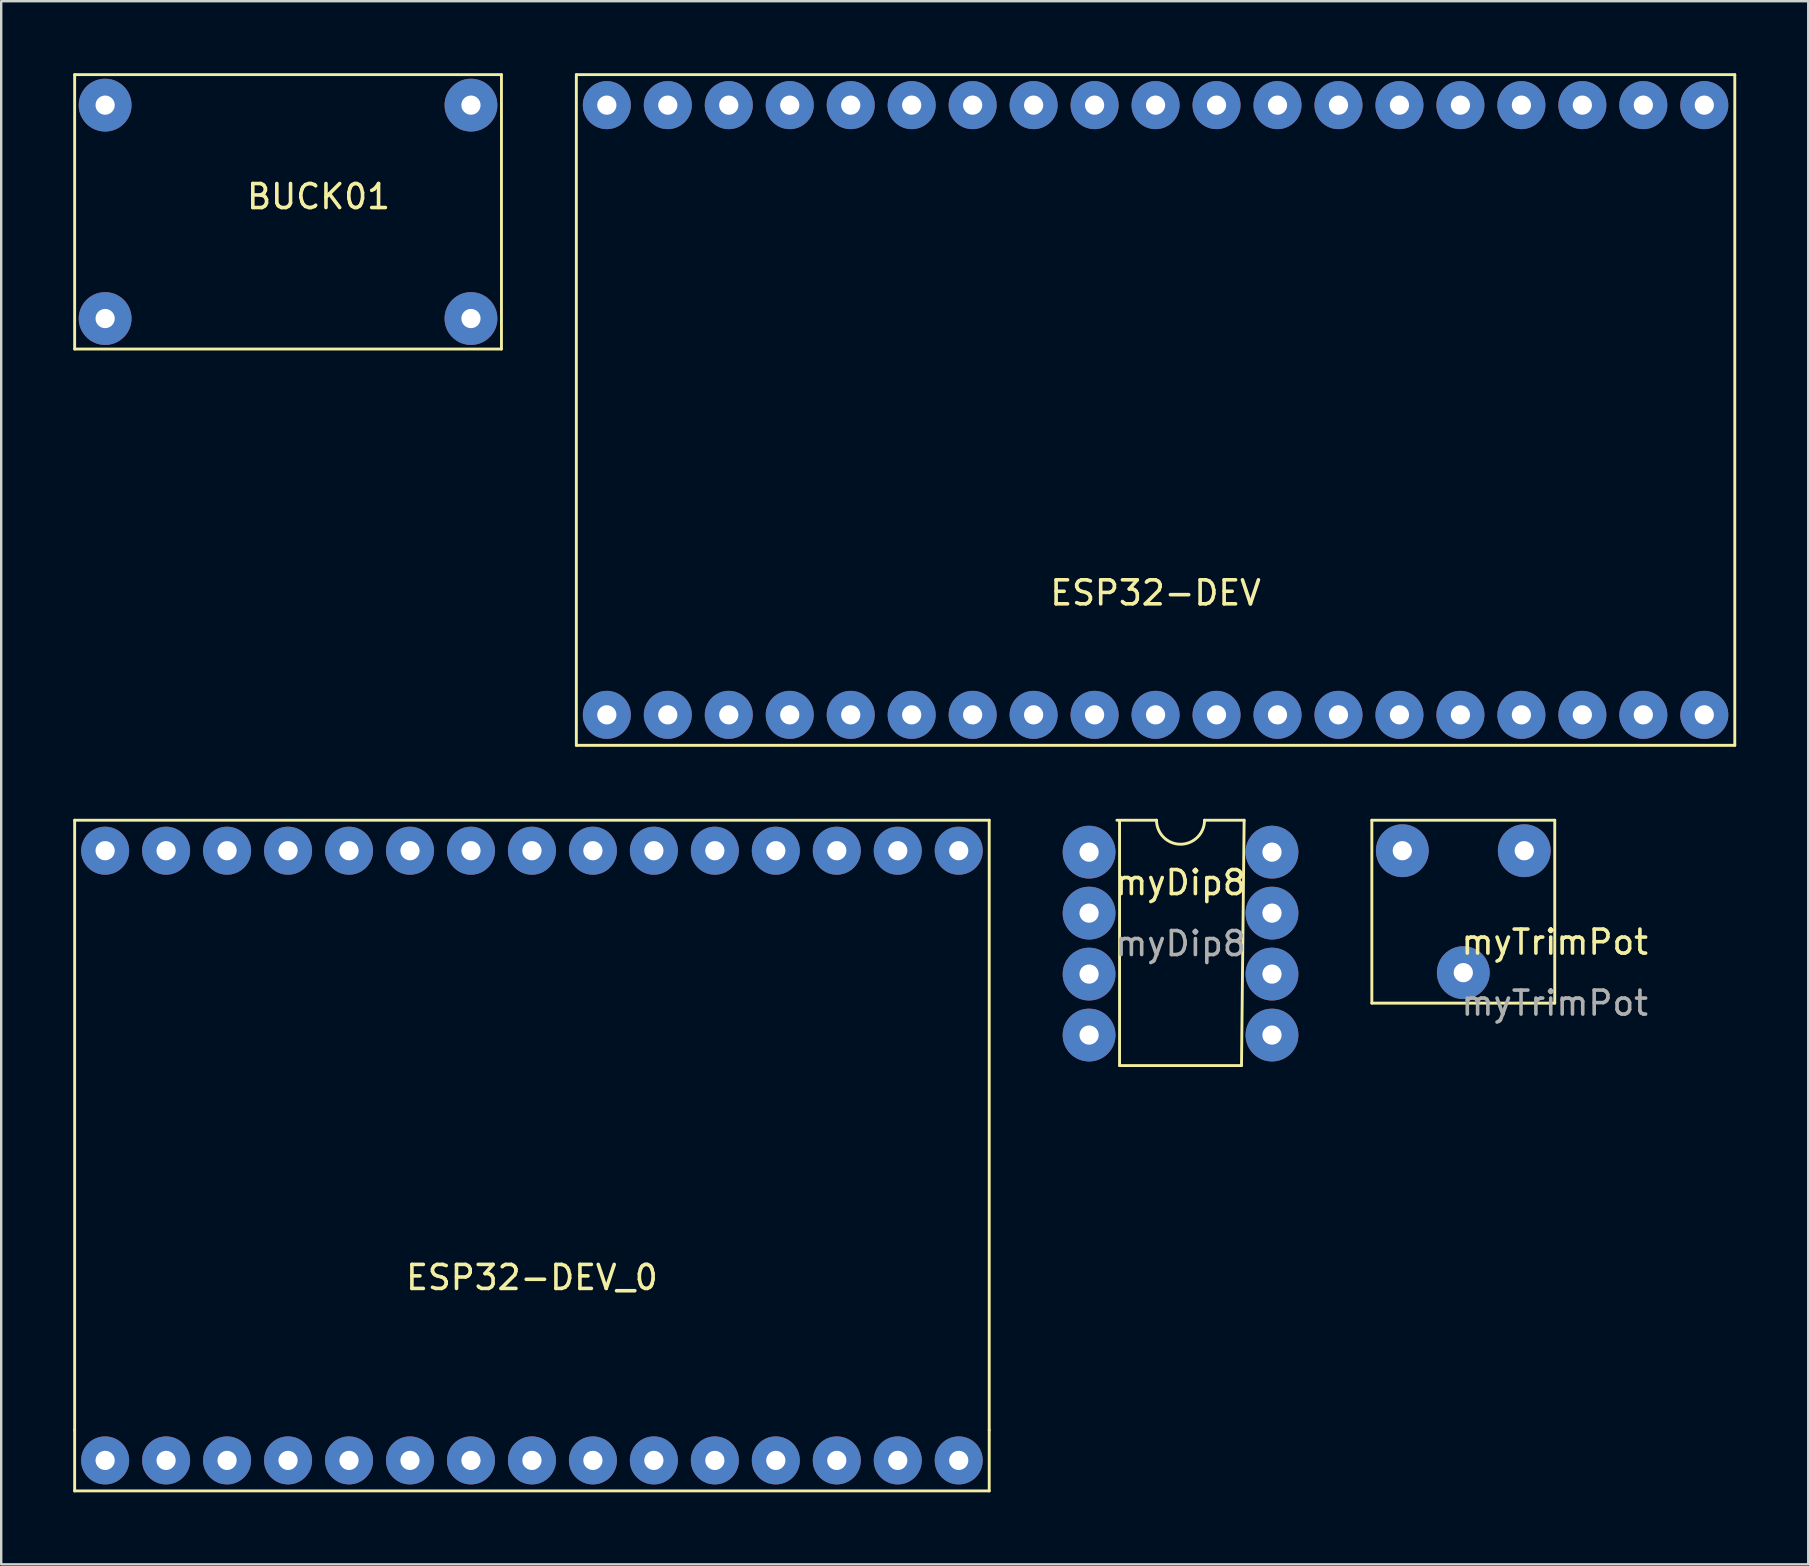
<source format=kicad_pcb>
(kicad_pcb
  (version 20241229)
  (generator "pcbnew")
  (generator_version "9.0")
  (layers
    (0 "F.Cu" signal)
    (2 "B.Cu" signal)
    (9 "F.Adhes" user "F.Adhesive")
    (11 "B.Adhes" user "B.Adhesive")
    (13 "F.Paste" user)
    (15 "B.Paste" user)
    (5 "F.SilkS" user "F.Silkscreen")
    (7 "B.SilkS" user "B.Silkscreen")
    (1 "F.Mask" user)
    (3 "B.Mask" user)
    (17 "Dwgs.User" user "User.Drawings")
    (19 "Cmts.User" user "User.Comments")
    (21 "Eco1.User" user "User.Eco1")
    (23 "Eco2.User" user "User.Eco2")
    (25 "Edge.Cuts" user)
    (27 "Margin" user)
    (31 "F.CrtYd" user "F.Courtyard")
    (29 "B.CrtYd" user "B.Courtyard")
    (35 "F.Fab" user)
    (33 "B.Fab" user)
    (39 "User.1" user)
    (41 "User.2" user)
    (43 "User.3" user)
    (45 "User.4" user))
  (footprint "ESP32-DEV_0"
    (layer "F.Cu")
    (at 19.11 45.09)
    (property "Reference" "ESP32-DEV_0" (at 0 5.08 0) (layer "F.SilkS") (effects (font (size 1 1) (thickness 0.15))))
    (attr through_hole)
    (fp_line (start -19.05 -13.97) (end -19.05 11.43) (stroke (width 0.12) (type solid)) (layer "F.SilkS"))
    (fp_line (start -19.05 11.43) (end -19.05 13.97) (stroke (width 0.12) (type solid)) (layer "F.SilkS"))
    (fp_line (start -19.05 13.97) (end 19.05 13.97) (stroke (width 0.12) (type solid)) (layer "F.SilkS"))
    (fp_line (start 19.05 -13.97) (end -19.05 -13.97) (stroke (width 0.12) (type solid)) (layer "F.SilkS"))
    (fp_line (start 19.05 11.43) (end 19.05 -13.97) (stroke (width 0.12) (type solid)) (layer "F.SilkS"))
    (fp_line (start 19.05 11.43) (end 19.05 13.97) (stroke (width 0.12) (type solid)) (layer "F.SilkS"))
    (pad "1" thru_hole circle (at -17.78 -12.7) (size 2 2) (drill 0.8) (layers "*.Cu" "*.Mask"))
    (pad "2" thru_hole circle (at -15.24 -12.7) (size 2 2) (drill 0.8) (layers "*.Cu" "*.Mask"))
    (pad "3" thru_hole circle (at -12.7 -12.7) (size 2 2) (drill 0.8) (layers "*.Cu" "*.Mask"))
    (pad "4" thru_hole circle (at -10.16 -12.7) (size 2 2) (drill 0.8) (layers "*.Cu" "*.Mask"))
    (pad "5" thru_hole circle (at -7.62 -12.7) (size 2 2) (drill 0.8) (layers "*.Cu" "*.Mask"))
    (pad "6" thru_hole circle (at -5.08 -12.7) (size 2 2) (drill 0.8) (layers "*.Cu" "*.Mask"))
    (pad "7" thru_hole circle (at -2.54 -12.7) (size 2 2) (drill 0.8) (layers "*.Cu" "*.Mask"))
    (pad "8" thru_hole circle (at 0 -12.7) (size 2 2) (drill 0.8) (layers "*.Cu" "*.Mask"))
    (pad "9" thru_hole circle (at 2.54 -12.7) (size 2 2) (drill 0.8) (layers "*.Cu" "*.Mask"))
    (pad "10" thru_hole circle (at 5.08 -12.7) (size 2 2) (drill 0.8) (layers "*.Cu" "*.Mask"))
    (pad "11" thru_hole circle (at 7.62 -12.7) (size 2 2) (drill 0.8) (layers "*.Cu" "*.Mask"))
    (pad "12" thru_hole circle (at 10.16 -12.7) (size 2 2) (drill 0.8) (layers "*.Cu" "*.Mask"))
    (pad "13" thru_hole circle (at 12.7 -12.7) (size 2 2) (drill 0.8) (layers "*.Cu" "*.Mask"))
    (pad "14" thru_hole circle (at 15.24 -12.7) (size 2 2) (drill 0.8) (layers "*.Cu" "*.Mask"))
    (pad "15" thru_hole circle (at 17.78 -12.7) (size 2 2) (drill 0.8) (layers "*.Cu" "*.Mask"))
    (pad "16" thru_hole circle (at 17.78 12.7) (size 2 2) (drill 0.8) (layers "*.Cu" "*.Mask"))
    (pad "17" thru_hole circle (at 15.24 12.7) (size 2 2) (drill 0.8) (layers "*.Cu" "*.Mask"))
    (pad "18" thru_hole circle (at 12.7 12.7) (size 2 2) (drill 0.8) (layers "*.Cu" "*.Mask"))
    (pad "19" thru_hole circle (at 10.16 12.7) (size 2 2) (drill 0.8) (layers "*.Cu" "*.Mask"))
    (pad "20" thru_hole circle (at 7.62 12.7) (size 2 2) (drill 0.8) (layers "*.Cu" "*.Mask"))
    (pad "21" thru_hole circle (at 5.08 12.7) (size 2 2) (drill 0.8) (layers "*.Cu" "*.Mask"))
    (pad "22" thru_hole circle (at 2.54 12.7) (size 2 2) (drill 0.8) (layers "*.Cu" "*.Mask"))
    (pad "23" thru_hole circle (at 0 12.7) (size 2 2) (drill 0.8) (layers "*.Cu" "*.Mask"))
    (pad "24" thru_hole circle (at -2.54 12.7) (size 2 2) (drill 0.8) (layers "*.Cu" "*.Mask"))
    (pad "25" thru_hole circle (at -5.08 12.7) (size 2 2) (drill 0.8) (layers "*.Cu" "*.Mask"))
    (pad "26" thru_hole circle (at -7.62 12.7) (size 2 2) (drill 0.8) (layers "*.Cu" "*.Mask"))
    (pad "27" thru_hole circle (at -10.16 12.7) (size 2 2) (drill 0.8) (layers "*.Cu" "*.Mask"))
    (pad "28" thru_hole circle (at -12.7 12.7) (size 2 2) (drill 0.8) (layers "*.Cu" "*.Mask"))
    (pad "29" thru_hole circle (at -15.24 12.7) (size 2 2) (drill 0.8) (layers "*.Cu" "*.Mask"))
    (pad "30" thru_hole circle (at -17.78 12.7) (size 2 2) (drill 0.8) (layers "*.Cu" "*.Mask")))
  (footprint "myDip8"
    (layer "F.Cu")
    (at 42.32 32.45)
    (property "Reference" "myDip8" (at 3.81 1.27 0) (layer "F.SilkS") (effects (font (size 1 1) (thickness 0.15))))
    (attr through_hole)
    (fp_line (start 1.27 -1.27) (end 1.27 8.89) (stroke (width 0.12) (type solid)) (layer "F.SilkS"))
    (fp_line (start 1.27 8.89) (end 6.35 8.89) (stroke (width 0.12) (type solid)) (layer "F.SilkS"))
    (fp_line (start 2.81 -1.33) (end 1.16 -1.33) (stroke (width 0.12) (type solid)) (layer "F.SilkS"))
    (fp_line (start 6.35 8.89) (end 6.46 -1.33) (stroke (width 0.12) (type solid)) (layer "F.SilkS"))
    (fp_line (start 6.46 -1.33) (end 4.81 -1.33) (stroke (width 0.12) (type solid)) (layer "F.SilkS"))
    (fp_arc (start 4.81 -1.33) (mid 3.81 -0.33) (end 2.81 -1.33) (stroke (width 0.12) (type solid)) (layer "F.SilkS"))
    (fp_text user "${REFERENCE}" (at 3.81 3.81 0) (layer "F.Fab") (effects (font (size 1 1) (thickness 0.15))))
    (pad "1" thru_hole circle (at 0 0) (size 2.2 2.2) (drill 0.8) (layers "*.Cu" "*.Mask"))
    (pad "2" thru_hole circle (at 0 2.54) (size 2.2 2.2) (drill 0.8) (layers "*.Cu" "*.Mask"))
    (pad "3" thru_hole circle (at 0 5.08) (size 2.2 2.2) (drill 0.8) (layers "*.Cu" "*.Mask"))
    (pad "4" thru_hole circle (at 0 7.62) (size 2.2 2.2) (drill 0.8) (layers "*.Cu" "*.Mask"))
    (pad "5" thru_hole circle (at 7.62 7.62) (size 2.2 2.2) (drill 0.8) (layers "*.Cu" "*.Mask"))
    (pad "6" thru_hole circle (at 7.62 5.08) (size 2.2 2.2) (drill 0.8) (layers "*.Cu" "*.Mask"))
    (pad "7" thru_hole circle (at 7.62 2.54) (size 2.2 2.2) (drill 0.8) (layers "*.Cu" "*.Mask"))
    (pad "8" thru_hole circle (at 7.62 0) (size 2.2 2.2) (drill 0.8) (layers "*.Cu" "*.Mask")))
  (footprint "ESP32-DEV"
    (layer "F.Cu")
    (at 45.09 14.03)
    (property "Reference" "ESP32-DEV" (at 0 7.62 0) (layer "F.SilkS") (effects (font (size 1 1) (thickness 0.15))))
    (attr through_hole)
    (fp_line (start -24.13 -13.97) (end 24.13 -13.97) (stroke (width 0.12) (type solid)) (layer "F.SilkS"))
    (fp_line (start -24.13 13.97) (end -24.13 -13.97) (stroke (width 0.12) (type solid)) (layer "F.SilkS"))
    (fp_line (start 24.13 -13.97) (end 24.13 13.97) (stroke (width 0.12) (type solid)) (layer "F.SilkS"))
    (fp_line (start 24.13 13.97) (end -24.13 13.97) (stroke (width 0.12) (type solid)) (layer "F.SilkS"))
    (pad "1" thru_hole circle (at -22.86 -12.7) (size 2 2) (drill 0.8) (layers "*.Cu" "*.Mask"))
    (pad "2" thru_hole circle (at -20.32 -12.7) (size 2 2) (drill 0.8) (layers "*.Cu" "*.Mask"))
    (pad "3" thru_hole circle (at -17.78 -12.7) (size 2 2) (drill 0.8) (layers "*.Cu" "*.Mask"))
    (pad "4" thru_hole circle (at -15.24 -12.7) (size 2 2) (drill 0.8) (layers "*.Cu" "*.Mask"))
    (pad "5" thru_hole circle (at -12.7 -12.7) (size 2 2) (drill 0.8) (layers "*.Cu" "*.Mask"))
    (pad "6" thru_hole circle (at -10.16 -12.7) (size 2 2) (drill 0.8) (layers "*.Cu" "*.Mask"))
    (pad "7" thru_hole circle (at -7.62 -12.7) (size 2 2) (drill 0.8) (layers "*.Cu" "*.Mask"))
    (pad "8" thru_hole circle (at -5.08 -12.7) (size 2 2) (drill 0.8) (layers "*.Cu" "*.Mask"))
    (pad "9" thru_hole circle (at -2.54 -12.7) (size 2 2) (drill 0.8) (layers "*.Cu" "*.Mask"))
    (pad "10" thru_hole circle (at 0 -12.7) (size 2 2) (drill 0.8) (layers "*.Cu" "*.Mask"))
    (pad "11" thru_hole circle (at 2.54 -12.7) (size 2 2) (drill 0.8) (layers "*.Cu" "*.Mask"))
    (pad "12" thru_hole circle (at 5.08 -12.7) (size 2 2) (drill 0.8) (layers "*.Cu" "*.Mask"))
    (pad "13" thru_hole circle (at 7.62 -12.7) (size 2 2) (drill 0.8) (layers "*.Cu" "*.Mask"))
    (pad "14" thru_hole circle (at 10.16 -12.7) (size 2 2) (drill 0.8) (layers "*.Cu" "*.Mask"))
    (pad "15" thru_hole circle (at 12.7 -12.7) (size 2 2) (drill 0.8) (layers "*.Cu" "*.Mask"))
    (pad "16" thru_hole circle (at 15.24 -12.7) (size 2 2) (drill 0.8) (layers "*.Cu" "*.Mask"))
    (pad "17" thru_hole circle (at 17.78 -12.7) (size 2 2) (drill 0.8) (layers "*.Cu" "*.Mask"))
    (pad "18" thru_hole circle (at 20.32 -12.7) (size 2 2) (drill 0.8) (layers "*.Cu" "*.Mask"))
    (pad "19" thru_hole circle (at 22.86 -12.7) (size 2 2) (drill 0.8) (layers "*.Cu" "*.Mask"))
    (pad "20" thru_hole circle (at 22.86 12.7) (size 2 2) (drill 0.8) (layers "*.Cu" "*.Mask"))
    (pad "21" thru_hole circle (at 20.32 12.7) (size 2 2) (drill 0.8) (layers "*.Cu" "*.Mask"))
    (pad "22" thru_hole circle (at 17.78 12.7) (size 2 2) (drill 0.8) (layers "*.Cu" "*.Mask"))
    (pad "23" thru_hole circle (at 15.24 12.7) (size 2 2) (drill 0.8) (layers "*.Cu" "*.Mask"))
    (pad "24" thru_hole circle (at 12.7 12.7) (size 2 2) (drill 0.8) (layers "*.Cu" "*.Mask"))
    (pad "25" thru_hole circle (at 10.16 12.7) (size 2 2) (drill 0.8) (layers "*.Cu" "*.Mask"))
    (pad "26" thru_hole circle (at 7.62 12.7) (size 2 2) (drill 0.8) (layers "*.Cu" "*.Mask"))
    (pad "27" thru_hole circle (at 5.08 12.7) (size 2 2) (drill 0.8) (layers "*.Cu" "*.Mask"))
    (pad "28" thru_hole circle (at 2.54 12.7) (size 2 2) (drill 0.8) (layers "*.Cu" "*.Mask"))
    (pad "29" thru_hole circle (at 0 12.7) (size 2 2) (drill 0.8) (layers "*.Cu" "*.Mask"))
    (pad "30" thru_hole circle (at -2.54 12.7) (size 2 2) (drill 0.8) (layers "*.Cu" "*.Mask"))
    (pad "31" thru_hole circle (at -5.08 12.7) (size 2 2) (drill 0.8) (layers "*.Cu" "*.Mask"))
    (pad "32" thru_hole circle (at -7.62 12.7) (size 2 2) (drill 0.8) (layers "*.Cu" "*.Mask"))
    (pad "33" thru_hole circle (at -10.16 12.7) (size 2 2) (drill 0.8) (layers "*.Cu" "*.Mask"))
    (pad "34" thru_hole circle (at -12.7 12.7) (size 2 2) (drill 0.8) (layers "*.Cu" "*.Mask"))
    (pad "35" thru_hole circle (at -15.24 12.7) (size 2 2) (drill 0.8) (layers "*.Cu" "*.Mask"))
    (pad "36" thru_hole circle (at -17.78 12.7) (size 2 2) (drill 0.8) (layers "*.Cu" "*.Mask"))
    (pad "37" thru_hole circle (at -20.32 12.7) (size 2 2) (drill 0.8) (layers "*.Cu" "*.Mask"))
    (pad "38" thru_hole circle (at -22.86 12.7) (size 2 2) (drill 0.8) (layers "*.Cu" "*.Mask")))
  (footprint "BUCK01"
    (layer "F.Cu")
    (at 6.41 1.33)
    (property "Reference" "BUCK01" (at 3.81 3.81 0) (layer "F.SilkS") (effects (font (size 1 1) (thickness 0.15))))
    (attr through_hole)
    (fp_line (start -6.35 -1.27) (end -6.35 10.16) (stroke (width 0.12) (type solid)) (layer "F.SilkS"))
    (fp_line (start -6.35 10.16) (end 11.43 10.16) (stroke (width 0.12) (type solid)) (layer "F.SilkS"))
    (fp_line (start 11.43 -1.27) (end -6.35 -1.27) (stroke (width 0.12) (type solid)) (layer "F.SilkS"))
    (fp_line (start 11.43 10.16) (end 11.43 -1.27) (stroke (width 0.12) (type solid)) (layer "F.SilkS"))
    (pad "1" thru_hole circle (at -5.08 0) (size 2.2 2.2) (drill 0.8) (layers "*.Cu" "*.Mask"))
    (pad "2" thru_hole circle (at 10.16 0) (size 2.2 2.2) (drill 0.8) (layers "*.Cu" "*.Mask"))
    (pad "3" thru_hole circle (at 10.16 8.89) (size 2.2 2.2) (drill 0.8) (layers "*.Cu" "*.Mask"))
    (pad "4" thru_hole circle (at -5.08 8.89) (size 2.2 2.2) (drill 0.8) (layers "*.Cu" "*.Mask")))
  (footprint "myTrimPot"
    (layer "F.Cu")
    (at 57.91 34.93)
    (property "Reference" "myTrimPot" (at 3.81 1.27 0) (layer "F.SilkS") (effects (font (size 1 1) (thickness 0.15))))
    (attr through_hole)
    (fp_line (start -3.81 -3.81) (end 3.81 -3.81) (stroke (width 0.12) (type solid)) (layer "F.SilkS"))
    (fp_line (start -3.81 3.81) (end -3.81 -3.81) (stroke (width 0.12) (type solid)) (layer "F.SilkS"))
    (fp_line (start 3.81 -3.81) (end 3.81 3.81) (stroke (width 0.12) (type solid)) (layer "F.SilkS"))
    (fp_line (start 3.81 3.81) (end -3.81 3.81) (stroke (width 0.12) (type solid)) (layer "F.SilkS"))
    (fp_text user "${REFERENCE}" (at 3.81 3.81 0) (layer "F.Fab") (effects (font (size 1 1) (thickness 0.15))))
    (pad "1" thru_hole circle (at -2.54 -2.54) (size 2.2 2.2) (drill 0.8) (layers "*.Cu" "*.Mask"))
    (pad "2" thru_hole circle (at 0 2.54) (size 2.2 2.2) (drill 0.8) (layers "*.Cu" "*.Mask"))
    (pad "3" thru_hole circle (at 2.54 -2.54) (size 2.2 2.2) (drill 0.8) (layers "*.Cu" "*.Mask")))
  (gr_rect
    (start -3 -3)
    (end 72.28 62.12)
    (stroke (width 0.1) (type default))
    (fill no)
    (layer "Edge.Cuts")))
</source>
